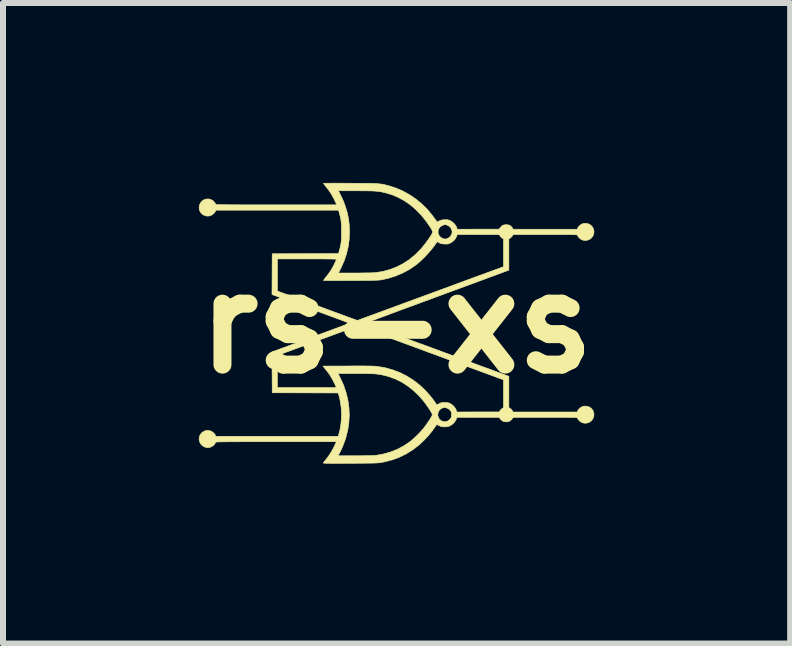
<source format=kicad_pcb>
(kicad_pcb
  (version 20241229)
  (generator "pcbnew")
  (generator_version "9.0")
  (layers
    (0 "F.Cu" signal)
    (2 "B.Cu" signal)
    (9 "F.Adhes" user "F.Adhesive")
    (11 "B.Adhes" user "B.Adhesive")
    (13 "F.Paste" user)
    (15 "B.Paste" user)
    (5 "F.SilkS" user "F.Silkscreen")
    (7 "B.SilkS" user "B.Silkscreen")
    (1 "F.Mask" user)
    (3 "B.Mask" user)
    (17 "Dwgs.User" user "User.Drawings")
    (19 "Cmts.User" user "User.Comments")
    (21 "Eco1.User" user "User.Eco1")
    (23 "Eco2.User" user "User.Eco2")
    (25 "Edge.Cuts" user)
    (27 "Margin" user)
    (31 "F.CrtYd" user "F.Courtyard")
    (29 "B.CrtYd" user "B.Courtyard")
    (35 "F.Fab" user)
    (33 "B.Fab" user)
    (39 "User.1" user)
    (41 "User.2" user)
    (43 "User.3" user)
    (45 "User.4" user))
  (footprint "rs-xs"
    (layer "F.Cu")
    (at 3.563 2.341)
    (property "Reference" "rs-xs" (at 0 0 0) (layer "F.SilkS") (effects (font (size 1.524 1.524) (thickness 0.3))))
    (attr through_hole)
    (fp_poly (pts (xy -0.966 -2.336) (xy -0.899 -2.336) (xy -0.827 -2.335) (xy -0.767 -2.335) (xy -0.676 -2.334) (xy -0.598 -2.334) (xy -0.529 -2.333) (xy -0.47 -2.333) (xy -0.42 -2.332) (xy -0.377 -2.331) (xy -0.339 -2.329) (xy -0.307 -2.327) (xy -0.279 -2.324) (xy -0.253 -2.321) (xy -0.23 -2.317) (xy -0.207 -2.312) (xy -0.183 -2.307) (xy -0.158 -2.3) (xy -0.13 -2.293) (xy -0.116 -2.289) (xy -0.003 -2.252) (xy 0.109 -2.203) (xy 0.217 -2.143) (xy 0.319 -2.074) (xy 0.415 -1.996) (xy 0.502 -1.911) (xy 0.527 -1.883) (xy 0.552 -1.853) (xy 0.58 -1.819) (xy 0.608 -1.783) (xy 0.634 -1.748) (xy 0.656 -1.718) (xy 0.667 -1.702) (xy 0.677 -1.688) (xy 0.711 -1.706) (xy 0.732 -1.715) (xy 0.751 -1.721) (xy 0.775 -1.725) (xy 0.802 -1.726) (xy 0.83 -1.727) (xy 0.85 -1.726) (xy 0.867 -1.722) (xy 0.884 -1.715) (xy 0.899 -1.709) (xy 0.939 -1.683) (xy 0.972 -1.65) (xy 0.996 -1.613) (xy 1.002 -1.599) (xy 1.013 -1.568) (xy 1.362 -1.569) (xy 1.711 -1.569) (xy 1.73 -1.595) (xy 1.754 -1.621) (xy 1.779 -1.637) (xy 1.81 -1.643) (xy 1.836 -1.643) (xy 1.862 -1.641) (xy 1.881 -1.636) (xy 1.897 -1.626) (xy 1.901 -1.624) (xy 1.918 -1.608) (xy 1.931 -1.592) (xy 1.934 -1.587) (xy 1.943 -1.568) (xy 3.015 -1.568) (xy 3.019 -1.583) (xy 3.025 -1.596) (xy 3.038 -1.613) (xy 3.049 -1.625) (xy 3.081 -1.65) (xy 3.116 -1.664) (xy 3.152 -1.667) (xy 3.187 -1.662) (xy 3.22 -1.649) (xy 3.248 -1.628) (xy 3.271 -1.601) (xy 3.286 -1.569) (xy 3.293 -1.532) (xy 3.289 -1.492) (xy 3.287 -1.485) (xy 3.27 -1.448) (xy 3.245 -1.418) (xy 3.214 -1.397) (xy 3.179 -1.384) (xy 3.141 -1.381) (xy 3.104 -1.387) (xy 3.069 -1.405) (xy 3.067 -1.406) (xy 3.05 -1.421) (xy 3.034 -1.439) (xy 3.022 -1.457) (xy 3.016 -1.47) (xy 3.016 -1.471) (xy 3.014 -1.473) (xy 3.008 -1.474) (xy 2.996 -1.475) (xy 2.979 -1.476) (xy 2.955 -1.477) (xy 2.923 -1.478) (xy 2.884 -1.478) (xy 2.836 -1.479) (xy 2.779 -1.479) (xy 2.711 -1.479) (xy 2.633 -1.479) (xy 2.543 -1.479) (xy 2.481 -1.479) (xy 1.946 -1.479) (xy 1.932 -1.457) (xy 1.916 -1.439) (xy 1.898 -1.422) (xy 1.896 -1.421) (xy 1.873 -1.407) (xy 1.873 -1.146) (xy 1.873 -0.886) (xy 1.614 -0.79) (xy 1.578 -0.777) (xy 1.531 -0.76) (xy 1.474 -0.738) (xy 1.408 -0.714) (xy 1.333 -0.686) (xy 1.251 -0.656) (xy 1.162 -0.623) (xy 1.067 -0.588) (xy 0.968 -0.552) (xy 0.865 -0.514) (xy 0.759 -0.475) (xy 0.651 -0.435) (xy 0.541 -0.394) (xy 0.431 -0.354) (xy 0.418 -0.349) (xy 0.313 -0.31) (xy 0.211 -0.273) (xy 0.114 -0.237) (xy 0.021 -0.202) (xy -0.067 -0.17) (xy -0.149 -0.139) (xy -0.224 -0.111) (xy -0.293 -0.086) (xy -0.354 -0.063) (xy -0.406 -0.044) (xy -0.449 -0.028) (xy -0.483 -0.015) (xy -0.506 -0.006) (xy -0.519 -0.001) (xy -0.521 0) (xy -0.515 0.003) (xy -0.498 0.009) (xy -0.47 0.02) (xy -0.432 0.034) (xy -0.385 0.052) (xy -0.329 0.072) (xy -0.266 0.096) (xy -0.195 0.122) (xy -0.117 0.151) (xy -0.034 0.182) (xy 0.055 0.215) (xy 0.149 0.25) (xy 0.247 0.286) (xy 0.348 0.323) (xy 0.364 0.329) (xy 0.472 0.368) (xy 0.581 0.408) (xy 0.689 0.448) (xy 0.796 0.488) (xy 0.901 0.526) (xy 1.003 0.564) (xy 1.1 0.6) (xy 1.192 0.633) (xy 1.277 0.665) (xy 1.355 0.694) (xy 1.425 0.72) (xy 1.486 0.742) (xy 1.536 0.76) (xy 1.561 0.769) (xy 1.873 0.885) (xy 1.873 1.146) (xy 1.873 1.407) (xy 1.896 1.421) (xy 1.914 1.436) (xy 1.93 1.455) (xy 1.931 1.458) (xy 1.944 1.48) (xy 3.015 1.48) (xy 3.019 1.465) (xy 3.025 1.452) (xy 3.038 1.435) (xy 3.049 1.423) (xy 3.081 1.398) (xy 3.116 1.384) (xy 3.152 1.381) (xy 3.187 1.386) (xy 3.22 1.399) (xy 3.248 1.42) (xy 3.271 1.447) (xy 3.286 1.479) (xy 3.293 1.516) (xy 3.289 1.556) (xy 3.287 1.563) (xy 3.27 1.6) (xy 3.245 1.63) (xy 3.214 1.651) (xy 3.179 1.664) (xy 3.141 1.667) (xy 3.104 1.661) (xy 3.069 1.643) (xy 3.067 1.642) (xy 3.05 1.627) (xy 3.034 1.609) (xy 3.022 1.591) (xy 3.016 1.578) (xy 3.016 1.577) (xy 3.014 1.575) (xy 3.008 1.574) (xy 2.996 1.573) (xy 2.979 1.572) (xy 2.955 1.571) (xy 2.924 1.57) (xy 2.884 1.57) (xy 2.836 1.569) (xy 2.779 1.569) (xy 2.712 1.569) (xy 2.633 1.569) (xy 2.543 1.569) (xy 2.481 1.569) (xy 1.946 1.569) (xy 1.927 1.595) (xy 1.901 1.623) (xy 1.871 1.639) (xy 1.834 1.645) (xy 1.829 1.645) (xy 1.791 1.64) (xy 1.76 1.625) (xy 1.733 1.599) (xy 1.73 1.595) (xy 1.711 1.569) (xy 1.359 1.569) (xy 1.006 1.568) (xy 0.995 1.601) (xy 0.975 1.638) (xy 0.946 1.672) (xy 0.909 1.7) (xy 0.892 1.709) (xy 0.869 1.719) (xy 0.849 1.724) (xy 0.825 1.727) (xy 0.803 1.727) (xy 0.774 1.727) (xy 0.753 1.724) (xy 0.734 1.718) (xy 0.714 1.708) (xy 0.694 1.699) (xy 0.679 1.692) (xy 0.672 1.689) (xy 0.667 1.694) (xy 0.657 1.707) (xy 0.644 1.726) (xy 0.64 1.732) (xy 0.587 1.805) (xy 0.526 1.879) (xy 0.459 1.95) (xy 0.39 2.016) (xy 0.367 2.036) (xy 0.267 2.112) (xy 0.162 2.177) (xy 0.051 2.232) (xy -0.067 2.276) (xy -0.192 2.309) (xy -0.238 2.319) (xy -0.252 2.322) (xy -0.266 2.324) (xy -0.28 2.326) (xy -0.296 2.327) (xy -0.315 2.329) (xy -0.338 2.33) (xy -0.366 2.331) (xy -0.399 2.332) (xy -0.439 2.333) (xy -0.487 2.333) (xy -0.544 2.334) (xy -0.611 2.334) (xy -0.688 2.335) (xy -0.767 2.335) (xy -0.857 2.335) (xy -0.934 2.336) (xy -1.001 2.336) (xy -1.057 2.336) (xy -1.103 2.336) (xy -1.141 2.335) (xy -1.17 2.335) (xy -1.192 2.334) (xy -1.207 2.333) (xy -1.217 2.332) (xy -1.221 2.331) (xy -1.222 2.329) (xy -1.216 2.321) (xy -1.204 2.306) (xy -1.188 2.286) (xy -1.178 2.273) (xy -1.13 2.21) (xy -0.977 2.21) (xy -0.687 2.21) (xy -0.608 2.21) (xy -0.54 2.209) (xy -0.483 2.208) (xy -0.436 2.207) (xy -0.397 2.206) (xy -0.365 2.204) (xy -0.34 2.202) (xy -0.329 2.201) (xy -0.208 2.178) (xy -0.091 2.144) (xy 0.02 2.099) (xy 0.125 2.042) (xy 0.22 1.978) (xy 0.258 1.947) (xy 0.301 1.909) (xy 0.345 1.867) (xy 0.388 1.823) (xy 0.426 1.781) (xy 0.448 1.755) (xy 0.473 1.723) (xy 0.499 1.687) (xy 0.524 1.651) (xy 0.547 1.617) (xy 0.567 1.585) (xy 0.583 1.557) (xy 0.593 1.537) (xy 0.597 1.524) (xy 0.597 1.524) (xy 0.593 1.511) (xy 0.593 1.511) (xy 0.688 1.511) (xy 0.689 1.544) (xy 0.699 1.575) (xy 0.717 1.602) (xy 0.742 1.623) (xy 0.77 1.637) (xy 0.802 1.642) (xy 0.835 1.638) (xy 0.86 1.627) (xy 0.875 1.615) (xy 0.892 1.598) (xy 0.898 1.592) (xy 0.909 1.577) (xy 0.915 1.563) (xy 0.917 1.546) (xy 0.918 1.525) (xy 0.917 1.5) (xy 0.914 1.483) (xy 0.907 1.469) (xy 0.899 1.458) (xy 0.871 1.43) (xy 0.84 1.413) (xy 0.806 1.406) (xy 0.773 1.41) (xy 0.742 1.423) (xy 0.716 1.447) (xy 0.698 1.476) (xy 0.688 1.511) (xy 0.593 1.511) (xy 0.582 1.489) (xy 0.565 1.46) (xy 0.542 1.424) (xy 0.541 1.422) (xy 0.463 1.312) (xy 0.379 1.214) (xy 0.289 1.127) (xy 0.194 1.051) (xy 0.095 0.986) (xy -0.01 0.933) (xy -0.12 0.892) (xy -0.176 0.876) (xy -0.209 0.868) (xy -0.241 0.861) (xy -0.272 0.855) (xy -0.304 0.85) (xy -0.338 0.846) (xy -0.376 0.843) (xy -0.42 0.841) (xy -0.47 0.84) (xy -0.529 0.839) (xy -0.597 0.838) (xy -0.676 0.838) (xy -0.685 0.838) (xy -0.976 0.838) (xy -0.937 0.916) (xy -0.883 1.034) (xy -0.842 1.155) (xy -0.812 1.279) (xy -0.794 1.404) (xy -0.788 1.531) (xy -0.795 1.657) (xy -0.814 1.783) (xy -0.845 1.907) (xy -0.845 1.908) (xy -0.864 1.964) (xy -0.886 2.022) (xy -0.909 2.078) (xy -0.932 2.128) (xy -0.949 2.161) (xy -0.977 2.21) (xy -1.13 2.21) (xy -1.127 2.206) (xy -1.08 2.131) (xy -1.037 2.051) (xy -1.014 1.999) (xy -1.004 1.975) (xy -2.01 1.975) (xy -2.146 1.975) (xy -2.269 1.975) (xy -2.381 1.975) (xy -2.482 1.975) (xy -2.572 1.975) (xy -2.652 1.976) (xy -2.723 1.976) (xy -2.784 1.976) (xy -2.837 1.977) (xy -2.882 1.977) (xy -2.919 1.978) (xy -2.95 1.978) (xy -2.974 1.979) (xy -2.992 1.98) (xy -3.005 1.981) (xy -3.012 1.982) (xy -3.016 1.983) (xy -3.016 1.983) (xy -3.021 1.996) (xy -3.032 2.013) (xy -3.048 2.031) (xy -3.065 2.046) (xy -3.067 2.048) (xy -3.102 2.066) (xy -3.139 2.074) (xy -3.177 2.071) (xy -3.212 2.058) (xy -3.244 2.037) (xy -3.269 2.008) (xy -3.286 1.972) (xy -3.287 1.97) (xy -3.293 1.929) (xy -3.288 1.892) (xy -3.274 1.859) (xy -3.253 1.831) (xy -3.225 1.809) (xy -3.193 1.794) (xy -3.159 1.787) (xy -3.123 1.789) (xy -3.088 1.801) (xy -3.054 1.824) (xy -3.049 1.83) (xy -3.034 1.847) (xy -3.022 1.863) (xy -3.019 1.871) (xy -3.015 1.886) (xy -0.972 1.886) (xy -0.962 1.849) (xy -0.942 1.77) (xy -0.928 1.684) (xy -0.92 1.596) (xy -0.917 1.51) (xy -0.92 1.443) (xy -0.927 1.378) (xy -0.937 1.313) (xy -0.948 1.252) (xy -0.962 1.199) (xy -0.962 1.199) (xy -0.972 1.162) (xy -2.073 1.159) (xy -2.075 0.819) (xy -2.076 0.537) (xy -1.988 0.537) (xy -1.988 0.805) (xy -1.988 1.073) (xy -1.004 1.073) (xy -1.014 1.049) (xy -1.027 1.019) (xy -1.045 0.984) (xy -1.064 0.946) (xy -1.084 0.91) (xy -1.102 0.879) (xy -1.113 0.861) (xy -1.128 0.839) (xy -1.149 0.812) (xy -1.171 0.783) (xy -1.183 0.768) (xy -1.227 0.714) (xy -0.812 0.713) (xy -0.726 0.712) (xy -0.651 0.712) (xy -0.587 0.712) (xy -0.533 0.712) (xy -0.486 0.713) (xy -0.447 0.713) (xy -0.414 0.714) (xy -0.387 0.715) (xy -0.363 0.716) (xy -0.342 0.718) (xy -0.323 0.72) (xy -0.314 0.721) (xy -0.186 0.743) (xy -0.062 0.778) (xy 0.057 0.823) (xy 0.171 0.881) (xy 0.28 0.949) (xy 0.382 1.028) (xy 0.454 1.095) (xy 0.497 1.139) (xy 0.54 1.187) (xy 0.58 1.235) (xy 0.616 1.281) (xy 0.645 1.322) (xy 0.647 1.326) (xy 0.658 1.343) (xy 0.667 1.355) (xy 0.671 1.359) (xy 0.678 1.356) (xy 0.693 1.349) (xy 0.714 1.34) (xy 0.715 1.339) (xy 0.735 1.33) (xy 0.752 1.324) (xy 0.769 1.321) (xy 0.791 1.321) (xy 0.811 1.322) (xy 0.844 1.324) (xy 0.868 1.328) (xy 0.889 1.336) (xy 0.897 1.34) (xy 0.93 1.362) (xy 0.961 1.391) (xy 0.984 1.424) (xy 0.995 1.447) (xy 1.006 1.48) (xy 1.359 1.479) (xy 1.711 1.479) (xy 1.726 1.457) (xy 1.741 1.439) (xy 1.76 1.422) (xy 1.762 1.421) (xy 1.784 1.407) (xy 1.784 0.943) (xy 1.561 0.861) (xy 1.529 0.849) (xy 1.487 0.834) (xy 1.435 0.815) (xy 1.373 0.792) (xy 1.302 0.766) (xy 1.224 0.737) (xy 1.139 0.706) (xy 1.047 0.672) (xy 0.95 0.636) (xy 0.848 0.599) (xy 0.743 0.56) (xy 0.635 0.52) (xy 0.524 0.48) (xy 0.413 0.438) (xy 0.342 0.412) (xy -0.653 0.046) (xy -1.062 0.196) (xy -1.14 0.225) (xy -1.222 0.255) (xy -1.305 0.286) (xy -1.388 0.316) (xy -1.47 0.346) (xy -1.547 0.375) (xy -1.617 0.401) (xy -1.68 0.424) (xy -1.729 0.442) (xy -1.988 0.537) (xy -2.076 0.537) (xy -2.077 0.478) (xy -1.754 0.359) (xy -1.678 0.331) (xy -1.594 0.3) (xy -1.503 0.267) (xy -1.41 0.233) (xy -1.318 0.199) (xy -1.23 0.166) (xy -1.149 0.136) (xy -1.11 0.122) (xy -1.049 0.099) (xy -0.992 0.078) (xy -0.94 0.059) (xy -0.893 0.041) (xy -0.854 0.026) (xy -0.823 0.014) (xy -0.801 0.006) (xy -0.789 0.001) (xy -0.787 -0.000196) (xy -0.793 -0.003) (xy -0.81 -0.01) (xy -0.836 -0.02) (xy -0.871 -0.033) (xy -0.914 -0.05) (xy -0.964 -0.068) (xy -1.019 -0.089) (xy -1.079 -0.111) (xy -1.126 -0.128) (xy -1.201 -0.156) (xy -1.285 -0.187) (xy -1.373 -0.22) (xy -1.462 -0.253) (xy -1.551 -0.285) (xy -1.635 -0.317) (xy -1.713 -0.345) (xy -1.77 -0.366) (xy -2.077 -0.479) (xy -2.075 -0.819) (xy -2.074 -1.073) (xy -1.988 -1.073) (xy -1.987 -0.805) (xy -1.987 -0.537) (xy -1.719 -0.438) (xy -1.663 -0.418) (xy -1.597 -0.394) (xy -1.523 -0.367) (xy -1.444 -0.338) (xy -1.361 -0.307) (xy -1.277 -0.276) (xy -1.193 -0.245) (xy -1.111 -0.215) (xy -1.052 -0.193) (xy -0.653 -0.047) (xy 0.358 -0.419) (xy 0.47 -0.46) (xy 0.582 -0.501) (xy 0.692 -0.542) (xy 0.799 -0.581) (xy 0.903 -0.619) (xy 1.002 -0.656) (xy 1.097 -0.691) (xy 1.186 -0.724) (xy 1.268 -0.754) (xy 1.343 -0.782) (xy 1.41 -0.806) (xy 1.468 -0.827) (xy 1.517 -0.845) (xy 1.555 -0.859) (xy 1.576 -0.867) (xy 1.784 -0.943) (xy 1.784 -1.175) (xy 1.784 -1.407) (xy 1.762 -1.421) (xy 1.743 -1.436) (xy 1.727 -1.455) (xy 1.726 -1.457) (xy 1.711 -1.479) (xy 1.362 -1.479) (xy 1.013 -1.48) (xy 1.002 -1.449) (xy 0.982 -1.411) (xy 0.952 -1.376) (xy 0.914 -1.348) (xy 0.899 -1.339) (xy 0.878 -1.33) (xy 0.861 -1.324) (xy 0.844 -1.321) (xy 0.822 -1.321) (xy 0.802 -1.322) (xy 0.772 -1.324) (xy 0.749 -1.327) (xy 0.729 -1.334) (xy 0.711 -1.342) (xy 0.677 -1.36) (xy 0.667 -1.346) (xy 0.624 -1.284) (xy 0.573 -1.221) (xy 0.518 -1.157) (xy 0.46 -1.096) (xy 0.402 -1.04) (xy 0.347 -0.991) (xy 0.323 -0.973) (xy 0.217 -0.9) (xy 0.104 -0.839) (xy -0.014 -0.789) (xy -0.138 -0.75) (xy -0.232 -0.729) (xy -0.246 -0.726) (xy -0.259 -0.724) (xy -0.274 -0.722) (xy -0.29 -0.72) (xy -0.309 -0.719) (xy -0.332 -0.718) (xy -0.36 -0.717) (xy -0.394 -0.716) (xy -0.434 -0.715) (xy -0.483 -0.715) (xy -0.54 -0.714) (xy -0.607 -0.714) (xy -0.685 -0.713) (xy -0.76 -0.713) (xy -0.835 -0.713) (xy -0.907 -0.712) (xy -0.973 -0.712) (xy -1.034 -0.712) (xy -1.088 -0.712) (xy -1.134 -0.713) (xy -1.171 -0.713) (xy -1.198 -0.713) (xy -1.214 -0.714) (xy -1.219 -0.714) (xy -1.215 -0.72) (xy -1.205 -0.734) (xy -1.19 -0.754) (xy -1.171 -0.778) (xy -1.167 -0.783) (xy -1.143 -0.813) (xy -1.119 -0.846) (xy -1.098 -0.876) (xy -1.084 -0.899) (xy -1.07 -0.925) (xy -1.054 -0.954) (xy -1.039 -0.984) (xy -1.025 -1.013) (xy -1.014 -1.038) (xy -1.006 -1.057) (xy -1.003 -1.066) (xy -1.007 -1.068) (xy -1.02 -1.069) (xy -1.042 -1.07) (xy -1.073 -1.071) (xy -1.114 -1.072) (xy -1.165 -1.072) (xy -1.227 -1.073) (xy -1.301 -1.073) (xy -1.386 -1.073) (xy -1.483 -1.073) (xy -1.988 -1.073) (xy -2.074 -1.073) (xy -2.073 -1.159) (xy -1.52 -1.16) (xy -0.967 -1.162) (xy -0.954 -1.211) (xy -0.942 -1.255) (xy -0.934 -1.293) (xy -0.927 -1.328) (xy -0.923 -1.363) (xy -0.92 -1.401) (xy -0.918 -1.445) (xy -0.918 -1.497) (xy -0.918 -1.524) (xy -0.918 -1.581) (xy -0.919 -1.628) (xy -0.921 -1.668) (xy -0.925 -1.704) (xy -0.93 -1.739) (xy -0.938 -1.775) (xy -0.948 -1.816) (xy -0.954 -1.837) (xy -0.967 -1.886) (xy -3.015 -1.886) (xy -3.019 -1.871) (xy -3.025 -1.858) (xy -3.038 -1.841) (xy -3.049 -1.83) (xy -3.081 -1.805) (xy -3.116 -1.791) (xy -3.152 -1.787) (xy -3.187 -1.792) (xy -3.22 -1.806) (xy -3.248 -1.827) (xy -3.271 -1.853) (xy -3.286 -1.886) (xy -3.293 -1.922) (xy -3.289 -1.962) (xy -3.287 -1.97) (xy -3.27 -2.006) (xy -3.245 -2.036) (xy -3.214 -2.058) (xy -3.179 -2.07) (xy -3.141 -2.074) (xy -3.104 -2.067) (xy -3.069 -2.049) (xy -3.067 -2.048) (xy -3.05 -2.033) (xy -3.034 -2.015) (xy -3.022 -1.998) (xy -3.016 -1.984) (xy -3.016 -1.983) (xy -3.014 -1.982) (xy -3.008 -1.981) (xy -2.998 -1.98) (xy -2.982 -1.979) (xy -2.96 -1.979) (xy -2.932 -1.978) (xy -2.898 -1.977) (xy -2.856 -1.977) (xy -2.806 -1.976) (xy -2.749 -1.976) (xy -2.682 -1.976) (xy -2.606 -1.975) (xy -2.52 -1.975) (xy -2.423 -1.975) (xy -2.316 -1.975) (xy -2.198 -1.975) (xy -2.067 -1.975) (xy -2.007 -1.975) (xy -0.998 -1.975) (xy -1.013 -2.01) (xy -1.048 -2.083) (xy -1.084 -2.148) (xy -1.123 -2.208) (xy -1.124 -2.21) (xy -0.971 -2.21) (xy -0.94 -2.151) (xy -0.895 -2.057) (xy -0.856 -1.956) (xy -0.824 -1.851) (xy -0.811 -1.794) (xy -0.798 -1.724) (xy -0.79 -1.652) (xy -0.786 -1.573) (xy -0.785 -1.521) (xy -0.79 -1.396) (xy -0.806 -1.278) (xy -0.833 -1.163) (xy -0.87 -1.05) (xy -0.92 -0.937) (xy -0.927 -0.922) (xy -0.969 -0.838) (xy -0.686 -0.838) (xy -0.625 -0.838) (xy -0.566 -0.839) (xy -0.51 -0.84) (xy -0.46 -0.84) (xy -0.416 -0.841) (xy -0.381 -0.843) (xy -0.355 -0.844) (xy -0.346 -0.845) (xy -0.224 -0.865) (xy -0.107 -0.897) (xy 0.004 -0.94) (xy 0.111 -0.995) (xy 0.212 -1.061) (xy 0.306 -1.138) (xy 0.394 -1.225) (xy 0.441 -1.28) (xy 0.475 -1.322) (xy 0.506 -1.364) (xy 0.535 -1.404) (xy 0.56 -1.441) (xy 0.58 -1.473) (xy 0.595 -1.5) (xy 0.602 -1.517) (xy 0.692 -1.517) (xy 0.699 -1.484) (xy 0.716 -1.454) (xy 0.741 -1.429) (xy 0.772 -1.413) (xy 0.794 -1.406) (xy 0.811 -1.404) (xy 0.829 -1.407) (xy 0.84 -1.41) (xy 0.871 -1.425) (xy 0.898 -1.449) (xy 0.917 -1.479) (xy 0.926 -1.513) (xy 0.927 -1.524) (xy 0.922 -1.554) (xy 0.908 -1.585) (xy 0.887 -1.611) (xy 0.883 -1.615) (xy 0.863 -1.627) (xy 0.839 -1.638) (xy 0.816 -1.644) (xy 0.81 -1.645) (xy 0.787 -1.641) (xy 0.762 -1.63) (xy 0.738 -1.616) (xy 0.732 -1.611) (xy 0.708 -1.583) (xy 0.695 -1.55) (xy 0.692 -1.517) (xy 0.602 -1.517) (xy 0.602 -1.518) (xy 0.603 -1.524) (xy 0.6 -1.535) (xy 0.591 -1.553) (xy 0.578 -1.577) (xy 0.565 -1.598) (xy 0.489 -1.709) (xy 0.407 -1.809) (xy 0.319 -1.899) (xy 0.226 -1.978) (xy 0.128 -2.045) (xy 0.025 -2.101) (xy -0.083 -2.146) (xy -0.179 -2.174) (xy -0.211 -2.182) (xy -0.241 -2.189) (xy -0.271 -2.194) (xy -0.302 -2.199) (xy -0.335 -2.202) (xy -0.373 -2.205) (xy -0.415 -2.207) (xy -0.465 -2.208) (xy -0.523 -2.209) (xy -0.59 -2.209) (xy -0.669 -2.21) (xy -0.678 -2.21) (xy -0.971 -2.21) (xy -1.124 -2.21) (xy -1.169 -2.268) (xy -1.169 -2.268) (xy -1.188 -2.292) (xy -1.204 -2.312) (xy -1.215 -2.327) (xy -1.219 -2.333) (xy -1.219 -2.334) (xy -1.213 -2.334) (xy -1.195 -2.335) (xy -1.167 -2.335) (xy -1.128 -2.335) (xy -1.081 -2.336) (xy -1.027 -2.336) (xy -0.966 -2.336)) (stroke (width 0.01) (type solid)) (fill yes) (layer "F.SilkS")))
  (gr_rect
    (start -3 -3)
    (end 10.127 7.682)
    (stroke (width 0.1) (type default))
    (fill no)
    (layer "Edge.Cuts")))
</source>
